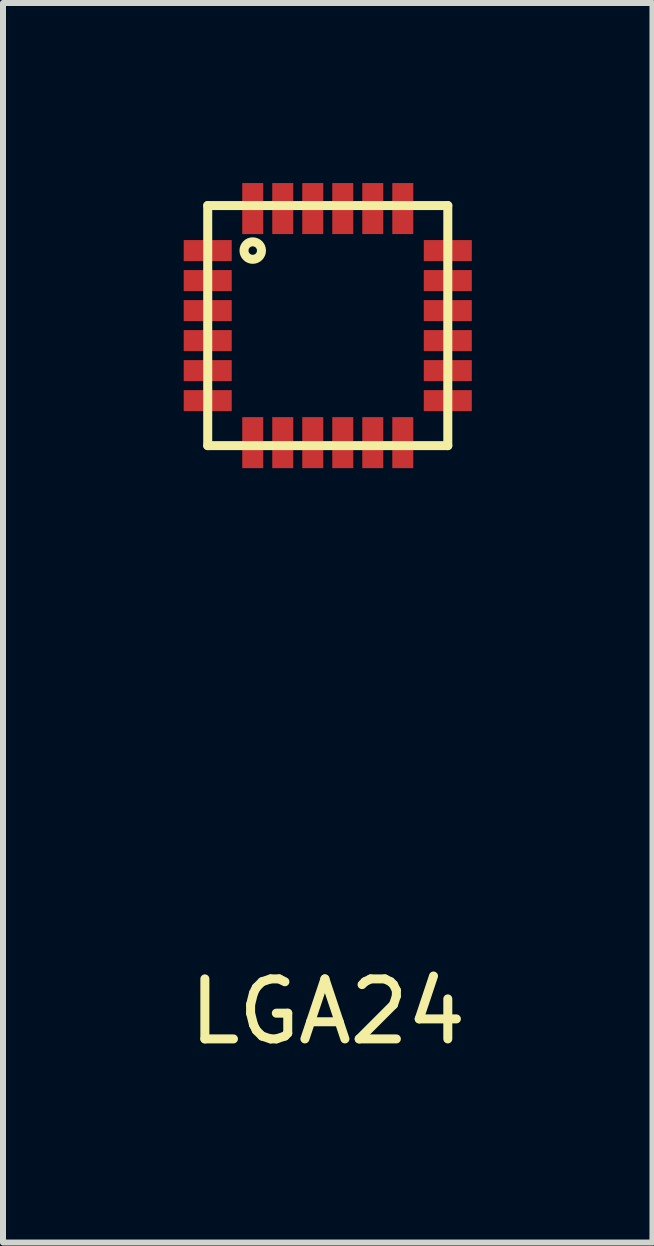
<source format=kicad_pcb>
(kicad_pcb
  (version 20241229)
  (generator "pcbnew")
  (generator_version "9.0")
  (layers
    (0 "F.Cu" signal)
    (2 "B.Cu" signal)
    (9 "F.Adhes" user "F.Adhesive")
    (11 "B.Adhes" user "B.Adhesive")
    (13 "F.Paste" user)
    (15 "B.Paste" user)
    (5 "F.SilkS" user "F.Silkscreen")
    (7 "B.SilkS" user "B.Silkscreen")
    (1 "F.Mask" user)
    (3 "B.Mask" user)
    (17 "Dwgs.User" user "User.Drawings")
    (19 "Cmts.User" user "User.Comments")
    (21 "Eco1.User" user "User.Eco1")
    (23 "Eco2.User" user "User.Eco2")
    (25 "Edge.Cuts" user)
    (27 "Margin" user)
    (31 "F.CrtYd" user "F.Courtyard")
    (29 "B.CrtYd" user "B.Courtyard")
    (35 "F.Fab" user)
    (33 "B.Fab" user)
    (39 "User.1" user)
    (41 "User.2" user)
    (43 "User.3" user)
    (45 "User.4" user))
  (footprint "LGA24"
    (layer "F.Cu")
    (at 2.411 2.375)
    (property "Reference" "LGA24" (at 0 11.43 0) (layer "F.SilkS") (effects (font (size 1 1) (thickness 0.15))))
    (attr through_hole)
    (fp_line (start -2 -2) (end 2 -2) (stroke (width 0.15) (type solid)) (layer "F.SilkS"))
    (fp_line (start -2 2) (end -2 -2) (stroke (width 0.15) (type solid)) (layer "F.SilkS"))
    (fp_line (start 2 -2) (end 2 2) (stroke (width 0.15) (type solid)) (layer "F.SilkS"))
    (fp_line (start 2 2) (end -2 2) (stroke (width 0.15) (type solid)) (layer "F.SilkS"))
    (fp_circle (center -1.25 -1.25) (end -1.2 -1.2) (stroke (width 0.15) (type solid)) (fill no) (layer "F.SilkS"))
    (pad "1" smd rect (at -2 -1.25) (size 0.8 0.35) (layers "F.Cu" "F.Mask" "F.Paste"))
    (pad "2" smd rect (at -2 -0.75) (size 0.8 0.35) (layers "F.Cu" "F.Mask" "F.Paste"))
    (pad "3" smd rect (at -2 -0.25) (size 0.8 0.35) (layers "F.Cu" "F.Mask" "F.Paste"))
    (pad "4" smd rect (at -2 0.25) (size 0.8 0.35) (layers "F.Cu" "F.Mask" "F.Paste"))
    (pad "5" smd rect (at -2 0.75) (size 0.8 0.35) (layers "F.Cu" "F.Mask" "F.Paste"))
    (pad "6" smd rect (at -2 1.25) (size 0.8 0.35) (layers "F.Cu" "F.Mask" "F.Paste"))
    (pad "7" smd rect (at -1.25 2 90) (size 0.85 0.35) (drill (offset 0.05 0)) (layers "F.Cu" "F.Mask" "F.Paste"))
    (pad "8" smd rect (at -0.75 2 90) (size 0.85 0.35) (drill (offset 0.05 0)) (layers "F.Cu" "F.Mask" "F.Paste"))
    (pad "9" smd rect (at -0.25 2 90) (size 0.85 0.35) (drill (offset 0.05 0)) (layers "F.Cu" "F.Mask" "F.Paste"))
    (pad "10" smd rect (at 0.25 2 90) (size 0.85 0.35) (drill (offset 0.05 0)) (layers "F.Cu" "F.Mask" "F.Paste"))
    (pad "11" smd rect (at 0.75 2 90) (size 0.85 0.35) (drill (offset 0.05 0)) (layers "F.Cu" "F.Mask" "F.Paste"))
    (pad "12" smd rect (at 1.25 2 90) (size 0.85 0.35) (drill (offset 0.05 0)) (layers "F.Cu" "F.Mask" "F.Paste"))
    (pad "13" smd rect (at 2 1.25) (size 0.8 0.35) (layers "F.Cu" "F.Mask" "F.Paste"))
    (pad "14" smd rect (at 2 0.75) (size 0.8 0.35) (layers "F.Cu" "F.Mask" "F.Paste"))
    (pad "15" smd rect (at 2 0.25) (size 0.8 0.35) (layers "F.Cu" "F.Mask" "F.Paste"))
    (pad "16" smd rect (at 2 -0.25) (size 0.8 0.35) (layers "F.Cu" "F.Mask" "F.Paste"))
    (pad "17" smd rect (at 2 -0.75) (size 0.8 0.35) (layers "F.Cu" "F.Mask" "F.Paste"))
    (pad "18" smd rect (at 2 -1.25) (size 0.8 0.35) (layers "F.Cu" "F.Mask" "F.Paste"))
    (pad "19" smd rect (at 1.25 -2 270) (size 0.85 0.35) (drill (offset 0.05 0)) (layers "F.Cu" "F.Mask" "F.Paste"))
    (pad "20" smd rect (at 0.75 -2 270) (size 0.85 0.35) (drill (offset 0.05 0)) (layers "F.Cu" "F.Mask" "F.Paste"))
    (pad "21" smd rect (at 0.25 -2 270) (size 0.85 0.35) (drill (offset 0.05 0)) (layers "F.Cu" "F.Mask" "F.Paste"))
    (pad "22" smd rect (at -0.25 -2 270) (size 0.85 0.35) (drill (offset 0.05 0)) (layers "F.Cu" "F.Mask" "F.Paste"))
    (pad "23" smd rect (at -0.75 -2 270) (size 0.85 0.35) (drill (offset 0.05 0)) (layers "F.Cu" "F.Mask" "F.Paste"))
    (pad "24" smd rect (at -1.25 -2 270) (size 0.85 0.35) (drill (offset 0.05 0)) (layers "F.Cu" "F.Mask" "F.Paste")))
  (gr_rect
    (start -3 -3)
    (end 7.821 17.653)
    (stroke (width 0.1) (type default))
    (fill no)
    (layer "Edge.Cuts")))
</source>
